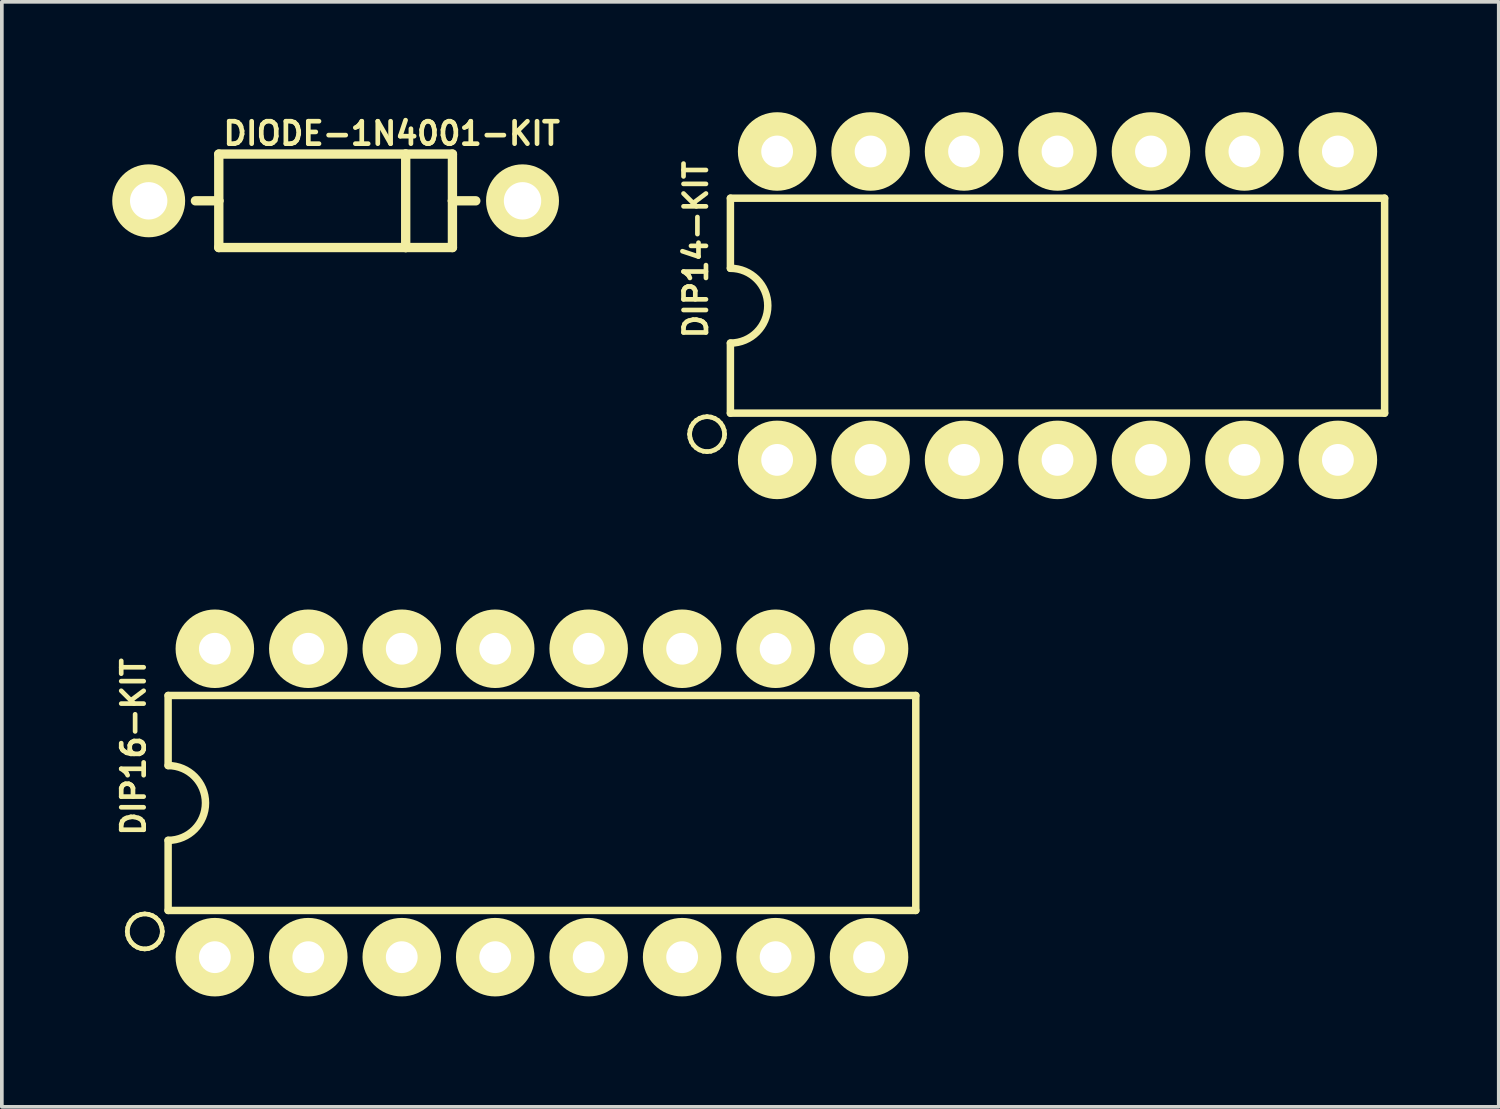
<source format=kicad_pcb>
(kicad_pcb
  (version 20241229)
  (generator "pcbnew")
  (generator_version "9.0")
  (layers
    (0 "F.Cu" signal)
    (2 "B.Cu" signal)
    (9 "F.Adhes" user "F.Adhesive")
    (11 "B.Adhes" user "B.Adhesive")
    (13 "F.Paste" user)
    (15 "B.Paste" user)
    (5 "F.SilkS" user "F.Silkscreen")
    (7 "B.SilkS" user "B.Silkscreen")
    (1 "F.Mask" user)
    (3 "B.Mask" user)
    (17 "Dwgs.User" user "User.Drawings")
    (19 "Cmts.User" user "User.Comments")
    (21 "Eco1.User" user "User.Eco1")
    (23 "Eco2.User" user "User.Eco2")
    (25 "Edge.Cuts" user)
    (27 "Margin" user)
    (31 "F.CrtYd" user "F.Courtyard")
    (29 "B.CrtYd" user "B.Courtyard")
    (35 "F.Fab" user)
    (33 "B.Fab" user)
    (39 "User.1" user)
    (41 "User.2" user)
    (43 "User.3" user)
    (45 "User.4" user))
  (footprint "DIP14-KIT"
    (layer "F.Cu")
    (at 26.961 5.258)
    (property "Reference" "DIP14-KIT" (at -11.1 -1.524 90) (layer "F.SilkS") (effects (font (size 0.61 0.61) (thickness 0.127))))
    (attr exclude_from_pos_files exclude_from_bom)
    (fp_line (start -11.27 3.493) (end -11.257 3.386) (stroke (width 0.127) (type solid)) (layer "F.SilkS"))
    (fp_line (start -11.257 3.386) (end -11.222 3.284) (stroke (width 0.127) (type solid)) (layer "F.SilkS"))
    (fp_line (start -11.257 3.597) (end -11.27 3.493) (stroke (width 0.127) (type solid)) (layer "F.SilkS"))
    (fp_line (start -11.222 3.284) (end -11.166 3.195) (stroke (width 0.127) (type solid)) (layer "F.SilkS"))
    (fp_line (start -11.222 3.698) (end -11.257 3.597) (stroke (width 0.127) (type solid)) (layer "F.SilkS"))
    (fp_line (start -11.166 3.195) (end -11.09 3.119) (stroke (width 0.127) (type solid)) (layer "F.SilkS"))
    (fp_line (start -11.166 3.787) (end -11.222 3.698) (stroke (width 0.127) (type solid)) (layer "F.SilkS"))
    (fp_line (start -11.09 3.119) (end -11.001 3.063) (stroke (width 0.127) (type solid)) (layer "F.SilkS"))
    (fp_line (start -11.09 3.863) (end -11.166 3.787) (stroke (width 0.127) (type solid)) (layer "F.SilkS"))
    (fp_line (start -11.001 3.063) (end -10.899 3.028) (stroke (width 0.127) (type solid)) (layer "F.SilkS"))
    (fp_line (start -11.001 3.919) (end -11.09 3.863) (stroke (width 0.127) (type solid)) (layer "F.SilkS"))
    (fp_line (start -10.899 3.028) (end -10.795 3.015) (stroke (width 0.127) (type solid)) (layer "F.SilkS"))
    (fp_line (start -10.899 3.955) (end -11.001 3.919) (stroke (width 0.127) (type solid)) (layer "F.SilkS"))
    (fp_line (start -10.795 3.015) (end -10.688 3.028) (stroke (width 0.127) (type solid)) (layer "F.SilkS"))
    (fp_line (start -10.795 3.967) (end -10.899 3.955) (stroke (width 0.127) (type solid)) (layer "F.SilkS"))
    (fp_line (start -10.688 3.028) (end -10.587 3.063) (stroke (width 0.127) (type solid)) (layer "F.SilkS"))
    (fp_line (start -10.688 3.955) (end -10.795 3.967) (stroke (width 0.127) (type solid)) (layer "F.SilkS"))
    (fp_line (start -10.587 3.063) (end -10.498 3.119) (stroke (width 0.127) (type solid)) (layer "F.SilkS"))
    (fp_line (start -10.587 3.919) (end -10.688 3.955) (stroke (width 0.127) (type solid)) (layer "F.SilkS"))
    (fp_line (start -10.498 3.119) (end -10.422 3.195) (stroke (width 0.127) (type solid)) (layer "F.SilkS"))
    (fp_line (start -10.498 3.863) (end -10.587 3.919) (stroke (width 0.127) (type solid)) (layer "F.SilkS"))
    (fp_line (start -10.422 3.195) (end -10.366 3.284) (stroke (width 0.127) (type solid)) (layer "F.SilkS"))
    (fp_line (start -10.422 3.787) (end -10.498 3.863) (stroke (width 0.127) (type solid)) (layer "F.SilkS"))
    (fp_line (start -10.366 3.284) (end -10.33 3.386) (stroke (width 0.127) (type solid)) (layer "F.SilkS"))
    (fp_line (start -10.366 3.698) (end -10.422 3.787) (stroke (width 0.127) (type solid)) (layer "F.SilkS"))
    (fp_line (start -10.33 3.386) (end -10.317 3.493) (stroke (width 0.127) (type solid)) (layer "F.SilkS"))
    (fp_line (start -10.33 3.597) (end -10.366 3.698) (stroke (width 0.127) (type solid)) (layer "F.SilkS"))
    (fp_line (start -10.317 3.493) (end -10.33 3.597) (stroke (width 0.127) (type solid)) (layer "F.SilkS"))
    (fp_line (start -10.16 -2.921) (end -10.16 -1.016) (stroke (width 0.203) (type solid)) (layer "F.SilkS"))
    (fp_line (start -10.16 -2.921) (end 7.62 -2.921) (stroke (width 0.203) (type solid)) (layer "F.SilkS"))
    (fp_line (start -10.16 2.921) (end -10.16 1.016) (stroke (width 0.203) (type solid)) (layer "F.SilkS"))
    (fp_line (start -10.16 2.921) (end 7.62 2.921) (stroke (width 0.203) (type solid)) (layer "F.SilkS"))
    (fp_line (start 7.62 -2.921) (end 7.62 2.921) (stroke (width 0.203) (type solid)) (layer "F.SilkS"))
    (fp_arc (start -10.16 -1.016) (mid -9.144 0) (end -10.16 1.016) (stroke (width 0.2032) (type solid)) (layer "F.SilkS"))
    (fp_circle (center -8.89 -4.191) (end -8.89 -5.258) (stroke (width 0) (type solid)) (fill yes) (layer "F.SilkS"))
    (fp_circle (center -8.89 -4.191) (end -8.89 -4.623) (stroke (width 0) (type solid)) (fill yes) (layer "F.SilkS"))
    (fp_circle (center -8.89 4.191) (end -8.89 3.124) (stroke (width 0) (type solid)) (fill yes) (layer "F.SilkS"))
    (fp_circle (center -8.89 4.191) (end -8.89 3.759) (stroke (width 0) (type solid)) (fill yes) (layer "F.SilkS"))
    (fp_circle (center -6.35 -4.191) (end -6.35 -5.258) (stroke (width 0) (type solid)) (fill yes) (layer "F.SilkS"))
    (fp_circle (center -6.35 -4.191) (end -6.35 -4.623) (stroke (width 0) (type solid)) (fill yes) (layer "F.SilkS"))
    (fp_circle (center -6.35 4.191) (end -6.35 3.124) (stroke (width 0) (type solid)) (fill yes) (layer "F.SilkS"))
    (fp_circle (center -6.35 4.191) (end -6.35 3.759) (stroke (width 0) (type solid)) (fill yes) (layer "F.SilkS"))
    (fp_circle (center -3.81 -4.191) (end -3.81 -5.258) (stroke (width 0) (type solid)) (fill yes) (layer "F.SilkS"))
    (fp_circle (center -3.81 -4.191) (end -3.81 -4.623) (stroke (width 0) (type solid)) (fill yes) (layer "F.SilkS"))
    (fp_circle (center -3.81 4.191) (end -3.81 3.124) (stroke (width 0) (type solid)) (fill yes) (layer "F.SilkS"))
    (fp_circle (center -3.81 4.191) (end -3.81 3.759) (stroke (width 0) (type solid)) (fill yes) (layer "F.SilkS"))
    (fp_circle (center -1.27 -4.191) (end -1.27 -5.258) (stroke (width 0) (type solid)) (fill yes) (layer "F.SilkS"))
    (fp_circle (center -1.27 -4.191) (end -1.27 -4.623) (stroke (width 0) (type solid)) (fill yes) (layer "F.SilkS"))
    (fp_circle (center -1.27 4.191) (end -1.27 3.124) (stroke (width 0) (type solid)) (fill yes) (layer "F.SilkS"))
    (fp_circle (center -1.27 4.191) (end -1.27 3.759) (stroke (width 0) (type solid)) (fill yes) (layer "F.SilkS"))
    (fp_circle (center 1.27 -4.191) (end 1.27 -5.258) (stroke (width 0) (type solid)) (fill yes) (layer "F.SilkS"))
    (fp_circle (center 1.27 -4.191) (end 1.27 -4.623) (stroke (width 0) (type solid)) (fill yes) (layer "F.SilkS"))
    (fp_circle (center 1.27 4.191) (end 1.27 3.124) (stroke (width 0) (type solid)) (fill yes) (layer "F.SilkS"))
    (fp_circle (center 1.27 4.191) (end 1.27 3.759) (stroke (width 0) (type solid)) (fill yes) (layer "F.SilkS"))
    (fp_circle (center 3.81 -4.191) (end 3.81 -5.258) (stroke (width 0) (type solid)) (fill yes) (layer "F.SilkS"))
    (fp_circle (center 3.81 -4.191) (end 3.81 -4.623) (stroke (width 0) (type solid)) (fill yes) (layer "F.SilkS"))
    (fp_circle (center 3.81 4.191) (end 3.81 3.124) (stroke (width 0) (type solid)) (fill yes) (layer "F.SilkS"))
    (fp_circle (center 3.81 4.191) (end 3.81 3.759) (stroke (width 0) (type solid)) (fill yes) (layer "F.SilkS"))
    (fp_circle (center 6.35 -4.191) (end 6.35 -5.258) (stroke (width 0) (type solid)) (fill yes) (layer "F.SilkS"))
    (fp_circle (center 6.35 -4.191) (end 6.35 -4.623) (stroke (width 0) (type solid)) (fill yes) (layer "F.SilkS"))
    (fp_circle (center 6.35 4.191) (end 6.35 3.124) (stroke (width 0) (type solid)) (fill yes) (layer "F.SilkS"))
    (fp_circle (center 6.35 4.191) (end 6.35 3.759) (stroke (width 0) (type solid)) (fill yes) (layer "F.SilkS"))
    (pad "1" thru_hole circle (at -8.89 4.191) (size 1.905 1.905) (drill 0.864) (layers "*.Cu" "*.Paste" "*.Mask"))
    (pad "2" thru_hole circle (at -6.35 4.191) (size 1.905 1.905) (drill 0.864) (layers "*.Cu" "*.Paste" "*.Mask"))
    (pad "3" thru_hole circle (at -3.81 4.191) (size 1.905 1.905) (drill 0.864) (layers "*.Cu" "*.Paste" "*.Mask"))
    (pad "4" thru_hole circle (at -1.27 4.191) (size 1.905 1.905) (drill 0.864) (layers "*.Cu" "*.Paste" "*.Mask"))
    (pad "5" thru_hole circle (at 1.27 4.191) (size 1.905 1.905) (drill 0.864) (layers "*.Cu" "*.Paste" "*.Mask"))
    (pad "6" thru_hole circle (at 3.81 4.191) (size 1.905 1.905) (drill 0.864) (layers "*.Cu" "*.Paste" "*.Mask"))
    (pad "7" thru_hole circle (at 6.35 4.191) (size 1.905 1.905) (drill 0.864) (layers "*.Cu" "*.Paste" "*.Mask"))
    (pad "8" thru_hole circle (at 6.35 -4.191) (size 1.905 1.905) (drill 0.864) (layers "*.Cu" "*.Paste" "*.Mask"))
    (pad "9" thru_hole circle (at 3.81 -4.191) (size 1.905 1.905) (drill 0.864) (layers "*.Cu" "*.Paste" "*.Mask"))
    (pad "10" thru_hole circle (at 1.27 -4.191) (size 1.905 1.905) (drill 0.864) (layers "*.Cu" "*.Paste" "*.Mask"))
    (pad "11" thru_hole circle (at -1.27 -4.191) (size 1.905 1.905) (drill 0.864) (layers "*.Cu" "*.Paste" "*.Mask"))
    (pad "12" thru_hole circle (at -3.81 -4.191) (size 1.905 1.905) (drill 0.864) (layers "*.Cu" "*.Paste" "*.Mask"))
    (pad "13" thru_hole circle (at -6.35 -4.191) (size 1.905 1.905) (drill 0.864) (layers "*.Cu" "*.Paste" "*.Mask"))
    (pad "14" thru_hole circle (at -8.89 -4.191) (size 1.905 1.905) (drill 0.864) (layers "*.Cu" "*.Paste" "*.Mask")))
  (footprint "DIODE-1N4001-KIT"
    (layer "F.Cu")
    (at 6.071 2.408)
    (property "Reference" "DIODE-1N4001-KIT" (at 1.524 -1.829 0) (layer "F.SilkS") (effects (font (size 0.61 0.61) (thickness 0.127))))
    (attr exclude_from_pos_files exclude_from_bom)
    (fp_line (start -3.175 -1.27) (end -3.175 0) (stroke (width 0.254) (type solid)) (layer "F.SilkS"))
    (fp_line (start -3.175 0) (end -3.81 0) (stroke (width 0.254) (type solid)) (layer "F.SilkS"))
    (fp_line (start -3.175 0) (end -3.175 1.27) (stroke (width 0.254) (type solid)) (layer "F.SilkS"))
    (fp_line (start -3.175 1.27) (end 1.905 1.27) (stroke (width 0.254) (type solid)) (layer "F.SilkS"))
    (fp_line (start 1.905 -1.27) (end -3.175 -1.27) (stroke (width 0.254) (type solid)) (layer "F.SilkS"))
    (fp_line (start 1.905 -1.27) (end 1.905 1.27) (stroke (width 0.254) (type solid)) (layer "F.SilkS"))
    (fp_line (start 1.905 1.27) (end 3.175 1.27) (stroke (width 0.254) (type solid)) (layer "F.SilkS"))
    (fp_line (start 3.175 -1.27) (end 1.905 -1.27) (stroke (width 0.254) (type solid)) (layer "F.SilkS"))
    (fp_line (start 3.175 0) (end 3.175 -1.27) (stroke (width 0.254) (type solid)) (layer "F.SilkS"))
    (fp_line (start 3.175 0) (end 3.81 0) (stroke (width 0.254) (type solid)) (layer "F.SilkS"))
    (fp_line (start 3.175 1.27) (end 3.175 0) (stroke (width 0.254) (type solid)) (layer "F.SilkS"))
    (fp_circle (center -5.08 0) (end -5.08 -0.991) (stroke (width 0) (type solid)) (fill yes) (layer "F.SilkS"))
    (fp_circle (center -5.08 0) (end -5.08 -0.508) (stroke (width 0) (type solid)) (fill yes) (layer "F.SilkS"))
    (fp_circle (center 5.08 0) (end 5.08 -0.991) (stroke (width 0) (type solid)) (fill yes) (layer "F.SilkS"))
    (fp_circle (center 5.08 0) (end 5.08 -0.508) (stroke (width 0) (type solid)) (fill yes) (layer "F.SilkS"))
    (pad "A" thru_hole circle (at -5.08 0) (size 1.88 1.88) (drill 1.016) (layers "*.Cu" "*.Paste" "*.Mask"))
    (pad "C" thru_hole circle (at 5.08 0) (size 1.88 1.88) (drill 1.016) (layers "*.Cu" "*.Paste" "*.Mask")))
  (footprint "DIP16-KIT"
    (layer "F.Cu")
    (at 11.679 18.773)
    (property "Reference" "DIP16-KIT" (at -11.1 -1.524 90) (layer "F.SilkS") (effects (font (size 0.61 0.61) (thickness 0.127))))
    (attr exclude_from_pos_files exclude_from_bom)
    (fp_line (start -11.27 3.493) (end -11.257 3.386) (stroke (width 0.127) (type solid)) (layer "F.SilkS"))
    (fp_line (start -11.257 3.386) (end -11.222 3.284) (stroke (width 0.127) (type solid)) (layer "F.SilkS"))
    (fp_line (start -11.257 3.597) (end -11.27 3.493) (stroke (width 0.127) (type solid)) (layer "F.SilkS"))
    (fp_line (start -11.222 3.284) (end -11.166 3.195) (stroke (width 0.127) (type solid)) (layer "F.SilkS"))
    (fp_line (start -11.222 3.698) (end -11.257 3.597) (stroke (width 0.127) (type solid)) (layer "F.SilkS"))
    (fp_line (start -11.166 3.195) (end -11.09 3.119) (stroke (width 0.127) (type solid)) (layer "F.SilkS"))
    (fp_line (start -11.166 3.787) (end -11.222 3.698) (stroke (width 0.127) (type solid)) (layer "F.SilkS"))
    (fp_line (start -11.09 3.119) (end -11.001 3.063) (stroke (width 0.127) (type solid)) (layer "F.SilkS"))
    (fp_line (start -11.09 3.863) (end -11.166 3.787) (stroke (width 0.127) (type solid)) (layer "F.SilkS"))
    (fp_line (start -11.001 3.063) (end -10.899 3.028) (stroke (width 0.127) (type solid)) (layer "F.SilkS"))
    (fp_line (start -11.001 3.919) (end -11.09 3.863) (stroke (width 0.127) (type solid)) (layer "F.SilkS"))
    (fp_line (start -10.899 3.028) (end -10.795 3.015) (stroke (width 0.127) (type solid)) (layer "F.SilkS"))
    (fp_line (start -10.899 3.955) (end -11.001 3.919) (stroke (width 0.127) (type solid)) (layer "F.SilkS"))
    (fp_line (start -10.795 3.015) (end -10.688 3.028) (stroke (width 0.127) (type solid)) (layer "F.SilkS"))
    (fp_line (start -10.795 3.967) (end -10.899 3.955) (stroke (width 0.127) (type solid)) (layer "F.SilkS"))
    (fp_line (start -10.688 3.028) (end -10.587 3.063) (stroke (width 0.127) (type solid)) (layer "F.SilkS"))
    (fp_line (start -10.688 3.955) (end -10.795 3.967) (stroke (width 0.127) (type solid)) (layer "F.SilkS"))
    (fp_line (start -10.587 3.063) (end -10.498 3.119) (stroke (width 0.127) (type solid)) (layer "F.SilkS"))
    (fp_line (start -10.587 3.919) (end -10.688 3.955) (stroke (width 0.127) (type solid)) (layer "F.SilkS"))
    (fp_line (start -10.498 3.119) (end -10.422 3.195) (stroke (width 0.127) (type solid)) (layer "F.SilkS"))
    (fp_line (start -10.498 3.863) (end -10.587 3.919) (stroke (width 0.127) (type solid)) (layer "F.SilkS"))
    (fp_line (start -10.422 3.195) (end -10.366 3.284) (stroke (width 0.127) (type solid)) (layer "F.SilkS"))
    (fp_line (start -10.422 3.787) (end -10.498 3.863) (stroke (width 0.127) (type solid)) (layer "F.SilkS"))
    (fp_line (start -10.366 3.284) (end -10.33 3.386) (stroke (width 0.127) (type solid)) (layer "F.SilkS"))
    (fp_line (start -10.366 3.698) (end -10.422 3.787) (stroke (width 0.127) (type solid)) (layer "F.SilkS"))
    (fp_line (start -10.33 3.386) (end -10.317 3.493) (stroke (width 0.127) (type solid)) (layer "F.SilkS"))
    (fp_line (start -10.33 3.597) (end -10.366 3.698) (stroke (width 0.127) (type solid)) (layer "F.SilkS"))
    (fp_line (start -10.317 3.493) (end -10.33 3.597) (stroke (width 0.127) (type solid)) (layer "F.SilkS"))
    (fp_line (start -10.16 -2.921) (end -10.16 -1.016) (stroke (width 0.203) (type solid)) (layer "F.SilkS"))
    (fp_line (start -10.16 -2.921) (end 10.16 -2.921) (stroke (width 0.203) (type solid)) (layer "F.SilkS"))
    (fp_line (start -10.16 2.921) (end -10.16 1.016) (stroke (width 0.203) (type solid)) (layer "F.SilkS"))
    (fp_line (start -10.16 2.921) (end 10.16 2.921) (stroke (width 0.203) (type solid)) (layer "F.SilkS"))
    (fp_line (start 10.16 -2.921) (end 10.16 2.921) (stroke (width 0.203) (type solid)) (layer "F.SilkS"))
    (fp_arc (start -10.16 -1.016) (mid -9.144 0) (end -10.16 1.016) (stroke (width 0.2032) (type solid)) (layer "F.SilkS"))
    (fp_circle (center -8.89 -4.191) (end -8.89 -5.258) (stroke (width 0) (type solid)) (fill yes) (layer "F.SilkS"))
    (fp_circle (center -8.89 -4.191) (end -8.89 -4.623) (stroke (width 0) (type solid)) (fill yes) (layer "F.SilkS"))
    (fp_circle (center -8.89 4.191) (end -8.89 3.124) (stroke (width 0) (type solid)) (fill yes) (layer "F.SilkS"))
    (fp_circle (center -8.89 4.191) (end -8.89 3.759) (stroke (width 0) (type solid)) (fill yes) (layer "F.SilkS"))
    (fp_circle (center -6.35 -4.191) (end -6.35 -5.258) (stroke (width 0) (type solid)) (fill yes) (layer "F.SilkS"))
    (fp_circle (center -6.35 -4.191) (end -6.35 -4.623) (stroke (width 0) (type solid)) (fill yes) (layer "F.SilkS"))
    (fp_circle (center -6.35 4.191) (end -6.35 3.124) (stroke (width 0) (type solid)) (fill yes) (layer "F.SilkS"))
    (fp_circle (center -6.35 4.191) (end -6.35 3.759) (stroke (width 0) (type solid)) (fill yes) (layer "F.SilkS"))
    (fp_circle (center -3.81 -4.191) (end -3.81 -5.258) (stroke (width 0) (type solid)) (fill yes) (layer "F.SilkS"))
    (fp_circle (center -3.81 -4.191) (end -3.81 -4.623) (stroke (width 0) (type solid)) (fill yes) (layer "F.SilkS"))
    (fp_circle (center -3.81 -4.191) (end -3.81 -4.623) (stroke (width 0) (type solid)) (fill yes) (layer "F.SilkS"))
    (fp_circle (center -3.81 -4.191) (end -3.81 -4.623) (stroke (width 0) (type solid)) (fill yes) (layer "F.SilkS"))
    (fp_circle (center -3.81 4.191) (end -3.81 3.124) (stroke (width 0) (type solid)) (fill yes) (layer "F.SilkS"))
    (fp_circle (center -3.81 4.191) (end -3.81 3.759) (stroke (width 0) (type solid)) (fill yes) (layer "F.SilkS"))
    (fp_circle (center -1.27 -4.191) (end -1.27 -5.258) (stroke (width 0) (type solid)) (fill yes) (layer "F.SilkS"))
    (fp_circle (center -1.27 -4.191) (end -1.27 -4.623) (stroke (width 0) (type solid)) (fill yes) (layer "F.SilkS"))
    (fp_circle (center -1.27 4.191) (end -1.27 3.124) (stroke (width 0) (type solid)) (fill yes) (layer "F.SilkS"))
    (fp_circle (center -1.27 4.191) (end -1.27 3.759) (stroke (width 0) (type solid)) (fill yes) (layer "F.SilkS"))
    (fp_circle (center 1.27 -4.191) (end 1.27 -5.258) (stroke (width 0) (type solid)) (fill yes) (layer "F.SilkS"))
    (fp_circle (center 1.27 -4.191) (end 1.27 -4.623) (stroke (width 0) (type solid)) (fill yes) (layer "F.SilkS"))
    (fp_circle (center 1.27 4.191) (end 1.27 3.124) (stroke (width 0) (type solid)) (fill yes) (layer "F.SilkS"))
    (fp_circle (center 1.27 4.191) (end 1.27 3.759) (stroke (width 0) (type solid)) (fill yes) (layer "F.SilkS"))
    (fp_circle (center 3.81 -4.191) (end 3.81 -5.258) (stroke (width 0) (type solid)) (fill yes) (layer "F.SilkS"))
    (fp_circle (center 3.81 -4.191) (end 3.81 -4.623) (stroke (width 0) (type solid)) (fill yes) (layer "F.SilkS"))
    (fp_circle (center 3.81 4.191) (end 3.81 3.124) (stroke (width 0) (type solid)) (fill yes) (layer "F.SilkS"))
    (fp_circle (center 3.81 4.191) (end 3.81 3.759) (stroke (width 0) (type solid)) (fill yes) (layer "F.SilkS"))
    (fp_circle (center 6.35 -4.191) (end 6.35 -5.258) (stroke (width 0) (type solid)) (fill yes) (layer "F.SilkS"))
    (fp_circle (center 6.35 -4.191) (end 6.35 -4.623) (stroke (width 0) (type solid)) (fill yes) (layer "F.SilkS"))
    (fp_circle (center 6.35 4.191) (end 6.35 3.124) (stroke (width 0) (type solid)) (fill yes) (layer "F.SilkS"))
    (fp_circle (center 6.35 4.191) (end 6.35 3.759) (stroke (width 0) (type solid)) (fill yes) (layer "F.SilkS"))
    (fp_circle (center 8.89 -4.191) (end 8.89 -5.258) (stroke (width 0) (type solid)) (fill yes) (layer "F.SilkS"))
    (fp_circle (center 8.89 -4.191) (end 8.89 -4.623) (stroke (width 0) (type solid)) (fill yes) (layer "F.SilkS"))
    (fp_circle (center 8.89 4.191) (end 8.89 3.124) (stroke (width 0) (type solid)) (fill yes) (layer "F.SilkS"))
    (fp_circle (center 8.89 4.191) (end 8.89 3.759) (stroke (width 0) (type solid)) (fill yes) (layer "F.SilkS"))
    (pad "1" thru_hole circle (at -8.89 4.191) (size 1.905 1.905) (drill 0.864) (layers "*.Cu" "*.Paste" "*.Mask"))
    (pad "2" thru_hole circle (at -6.35 4.191) (size 1.905 1.905) (drill 0.864) (layers "*.Cu" "*.Paste" "*.Mask"))
    (pad "3" thru_hole circle (at -3.81 4.191) (size 1.905 1.905) (drill 0.864) (layers "*.Cu" "*.Paste" "*.Mask"))
    (pad "4" thru_hole circle (at -1.27 4.191) (size 1.905 1.905) (drill 0.864) (layers "*.Cu" "*.Paste" "*.Mask"))
    (pad "5" thru_hole circle (at 1.27 4.191) (size 1.905 1.905) (drill 0.864) (layers "*.Cu" "*.Paste" "*.Mask"))
    (pad "6" thru_hole circle (at 3.81 4.191) (size 1.905 1.905) (drill 0.864) (layers "*.Cu" "*.Paste" "*.Mask"))
    (pad "7" thru_hole circle (at 6.35 4.191) (size 1.905 1.905) (drill 0.864) (layers "*.Cu" "*.Paste" "*.Mask"))
    (pad "8" thru_hole circle (at 8.89 4.191) (size 1.905 1.905) (drill 0.864) (layers "*.Cu" "*.Paste" "*.Mask"))
    (pad "9" thru_hole circle (at 8.89 -4.191) (size 1.905 1.905) (drill 0.864) (layers "*.Cu" "*.Paste" "*.Mask"))
    (pad "10" thru_hole circle (at 6.35 -4.191) (size 1.905 1.905) (drill 0.864) (layers "*.Cu" "*.Paste" "*.Mask"))
    (pad "11" thru_hole circle (at 3.81 -4.191) (size 1.905 1.905) (drill 0.864) (layers "*.Cu" "*.Paste" "*.Mask"))
    (pad "12" thru_hole circle (at 1.27 -4.191) (size 1.905 1.905) (drill 0.864) (layers "*.Cu" "*.Paste" "*.Mask"))
    (pad "13" thru_hole circle (at -1.27 -4.191) (size 1.905 1.905) (drill 0.864) (layers "*.Cu" "*.Paste" "*.Mask"))
    (pad "14" thru_hole circle (at -3.81 -4.191) (size 1.905 1.905) (drill 0.864) (layers "*.Cu" "*.Paste" "*.Mask"))
    (pad "15" thru_hole circle (at -6.35 -4.191) (size 1.905 1.905) (drill 0.864) (layers "*.Cu" "*.Paste" "*.Mask"))
    (pad "16" thru_hole circle (at -8.89 -4.191) (size 1.905 1.905) (drill 0.864) (layers "*.Cu" "*.Paste" "*.Mask")))
  (gr_rect
    (start -3 -3)
    (end 37.683 27.031)
    (stroke (width 0.1) (type default))
    (fill no)
    (layer "Edge.Cuts")))
</source>
